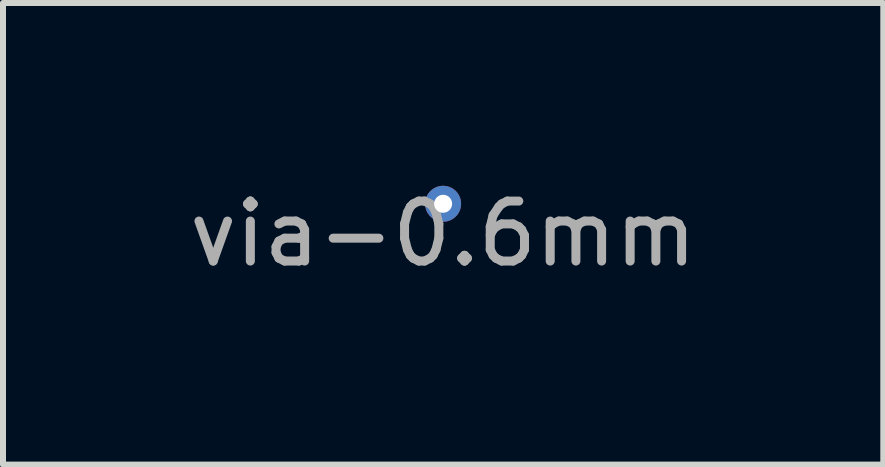
<source format=kicad_pcb>
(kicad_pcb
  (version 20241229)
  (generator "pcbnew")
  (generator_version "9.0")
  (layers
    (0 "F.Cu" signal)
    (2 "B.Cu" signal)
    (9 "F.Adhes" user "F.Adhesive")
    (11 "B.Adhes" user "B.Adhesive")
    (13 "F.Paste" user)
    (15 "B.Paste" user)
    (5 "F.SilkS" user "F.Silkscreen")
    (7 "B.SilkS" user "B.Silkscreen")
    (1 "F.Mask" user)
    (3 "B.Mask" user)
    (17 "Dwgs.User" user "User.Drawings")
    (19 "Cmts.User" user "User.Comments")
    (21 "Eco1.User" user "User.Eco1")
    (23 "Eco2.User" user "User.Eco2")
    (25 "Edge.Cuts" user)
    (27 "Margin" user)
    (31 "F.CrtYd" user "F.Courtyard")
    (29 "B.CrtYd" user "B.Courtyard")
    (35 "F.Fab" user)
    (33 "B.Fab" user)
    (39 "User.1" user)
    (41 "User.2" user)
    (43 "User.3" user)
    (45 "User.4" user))
  (footprint "via-0.6mm"
    (layer "F.Cu")
    (at 4.339 0.348)
    (property "Reference" "via-0.6mm" (at 0 0.5 0) (layer "F.Fab") (effects (font (size 1 1) (thickness 0.15))))
    (attr through_hole)
    (pad "1" thru_hole circle (at 0 0) (size 0.6 0.6) (drill 0.3) (layers "*.Cu")))
  (gr_rect
    (start -3 -3)
    (end 11.679 4.697)
    (stroke (width 0.1) (type default))
    (fill no)
    (layer "Edge.Cuts")))
</source>
